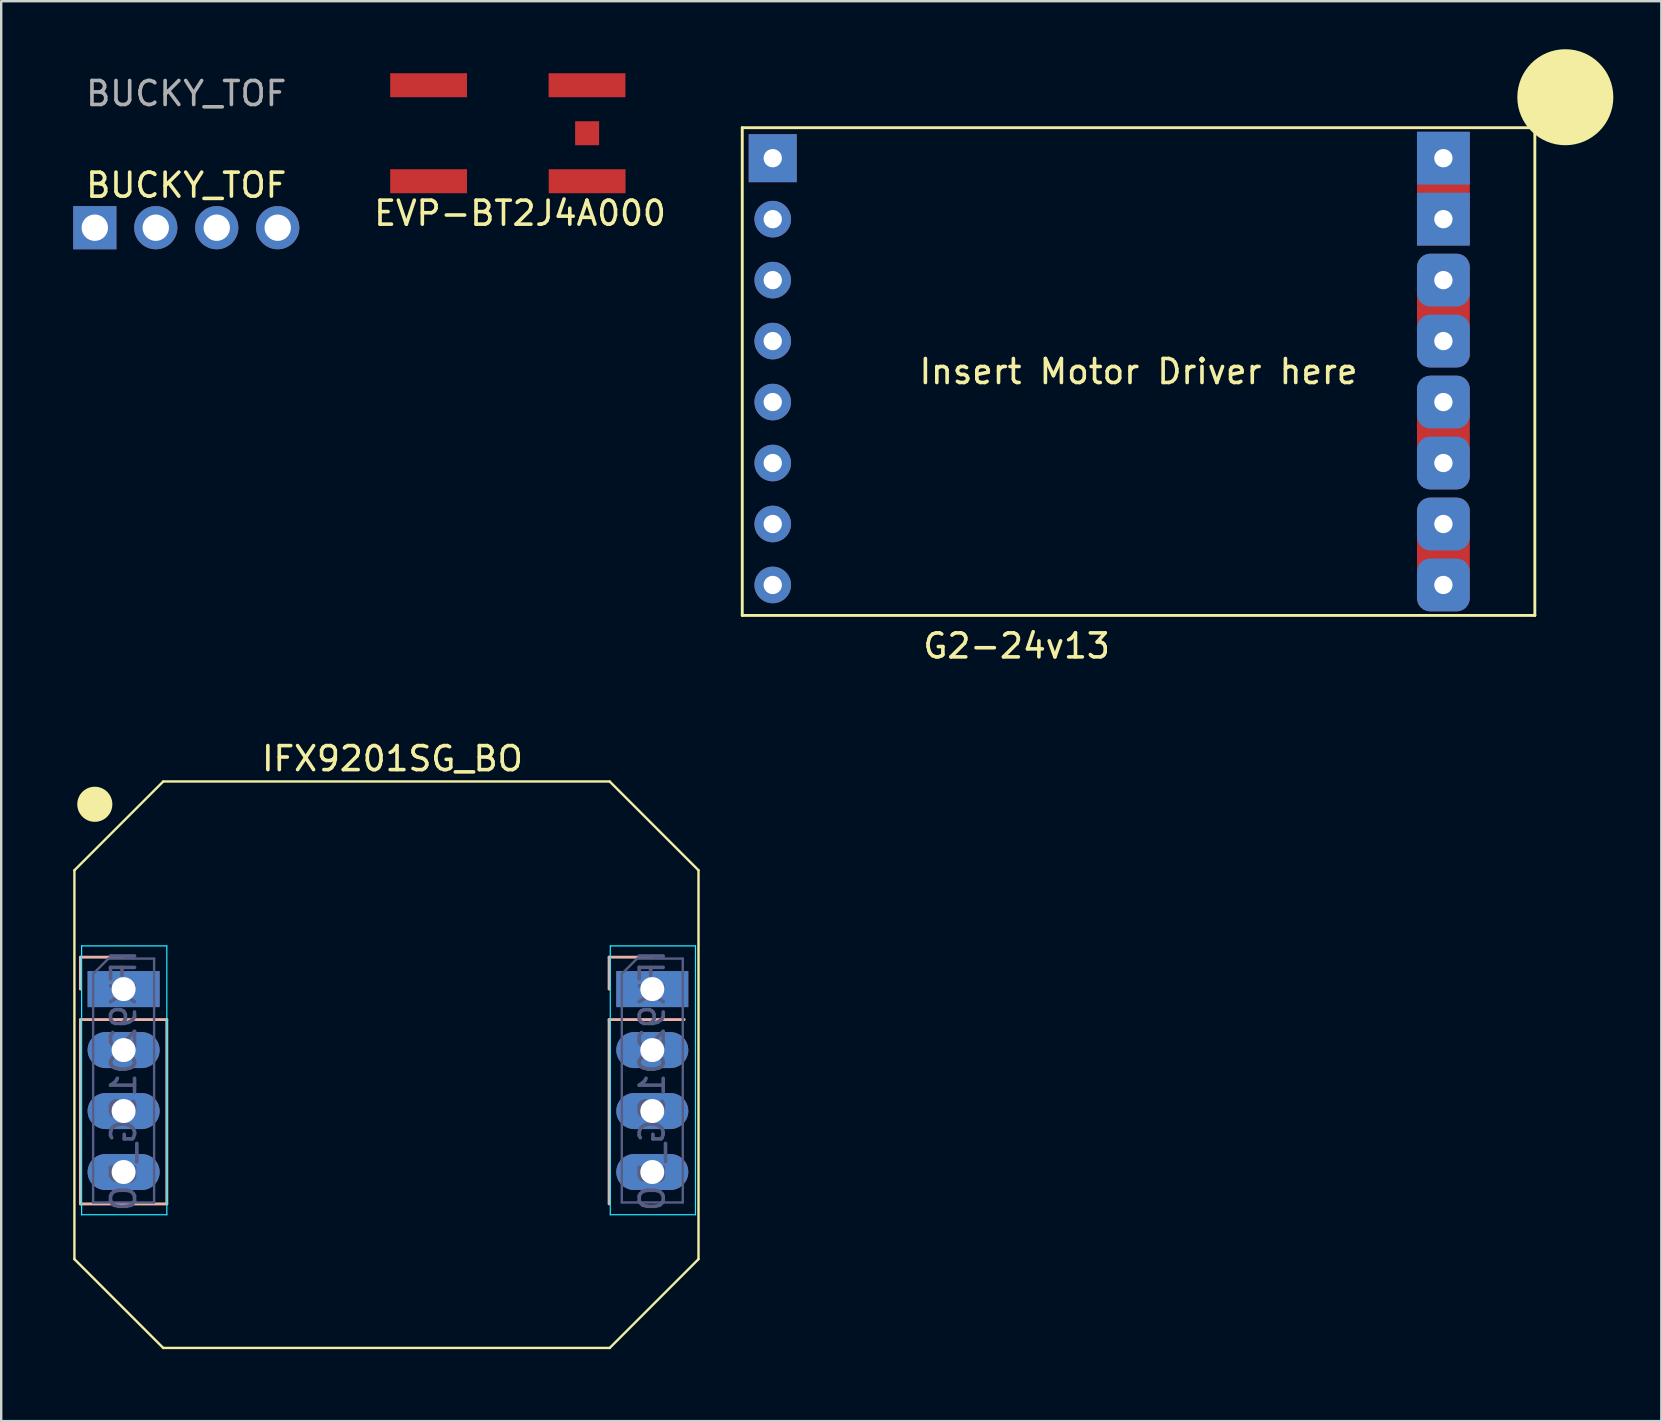
<source format=kicad_pcb>
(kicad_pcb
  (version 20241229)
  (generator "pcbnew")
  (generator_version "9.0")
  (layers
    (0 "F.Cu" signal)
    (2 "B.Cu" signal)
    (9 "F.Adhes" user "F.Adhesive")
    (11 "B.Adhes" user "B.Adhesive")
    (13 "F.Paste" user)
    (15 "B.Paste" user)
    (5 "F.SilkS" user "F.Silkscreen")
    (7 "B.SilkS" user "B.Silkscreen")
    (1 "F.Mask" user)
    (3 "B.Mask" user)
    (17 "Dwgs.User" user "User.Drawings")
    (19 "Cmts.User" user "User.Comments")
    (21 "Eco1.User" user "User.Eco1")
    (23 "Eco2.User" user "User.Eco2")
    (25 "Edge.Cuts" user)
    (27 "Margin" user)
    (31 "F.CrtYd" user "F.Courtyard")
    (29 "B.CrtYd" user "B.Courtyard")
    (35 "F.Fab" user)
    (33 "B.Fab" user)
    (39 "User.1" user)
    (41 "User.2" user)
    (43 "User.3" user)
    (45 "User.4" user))
  (footprint "EVP-BT2J4A000"
    (layer "F.Cu")
    (at 18.616 0.5)
    (property "Reference" "EVP-BT2J4A000" (at 0 5.334 0) (layer "F.SilkS") (effects (font (size 1 1) (thickness 0.15))))
    (attr through_hole)
    (pad "1" smd rect (at -3.81 0) (size 3.2 1) (layers "F.Cu" "F.Mask" "F.Paste"))
    (pad "1" smd rect (at 2.79 0) (size 3.2 1) (layers "F.Cu" "F.Mask" "F.Paste"))
    (pad "2" smd rect (at -3.81 4) (size 3.2 1) (layers "F.Cu" "F.Mask" "F.Paste"))
    (pad "2" smd rect (at 2.794 4) (size 3.2 1) (layers "F.Cu" "F.Mask" "F.Paste"))
    (pad "3" smd rect (at 2.794 2) (size 1 1) (layers "F.Cu" "F.Mask" "F.Paste")))
  (footprint "IFX9201SG_BO"
    (layer "F.Cu")
    (at 13.3 42.057)
    (property "Reference" "IFX9201SG_BO" (at 0 -13.5 0) (unlocked yes) (layer "F.SilkS") (effects (font (size 1 1) (thickness 0.15))))
    (attr smd)
    (fp_line (start -13.25 -8.85) (end -13.25 7.35) (stroke (width 0.1) (type solid)) (layer "F.SilkS"))
    (fp_line (start -13.25 -8.85) (end -9.55 -12.55) (stroke (width 0.1) (type solid)) (layer "F.SilkS"))
    (fp_line (start -13.25 7.35) (end -9.55 11.05) (stroke (width 0.1) (type solid)) (layer "F.SilkS"))
    (fp_line (start 9.05 -12.55) (end -9.55 -12.55) (stroke (width 0.1) (type solid)) (layer "F.SilkS"))
    (fp_line (start 9.05 11.05) (end -9.55 11.05) (stroke (width 0.1) (type solid)) (layer "F.SilkS"))
    (fp_line (start 9.05 11.05) (end 12.75 7.35) (stroke (width 0.1) (type solid)) (layer "F.SilkS"))
    (fp_line (start 12.75 -8.85) (end 9.05 -12.55) (stroke (width 0.1) (type solid)) (layer "F.SilkS"))
    (fp_line (start 12.75 -8.85) (end 12.75 7.35) (stroke (width 0.1) (type solid)) (layer "F.SilkS"))
    (fp_circle (center -12.4 -11.6) (end -11.729 -11.6) (stroke (width 0.12) (type solid)) (fill yes) (layer "F.SilkS"))
    (fp_line (start -13 -5.23) (end -13 -3.9) (stroke (width 0.12) (type solid)) (layer "B.SilkS"))
    (fp_line (start -13 -2.63) (end -13 5.05) (stroke (width 0.12) (type solid)) (layer "B.SilkS"))
    (fp_line (start -11.2 -5.23) (end -13 -5.23) (stroke (width 0.12) (type solid)) (layer "B.SilkS"))
    (fp_line (start -9.4 -2.63) (end -13 -2.63) (stroke (width 0.12) (type solid)) (layer "B.SilkS"))
    (fp_line (start -9.4 -2.63) (end -9.4 5.05) (stroke (width 0.12) (type solid)) (layer "B.SilkS"))
    (fp_line (start -9.4 5.05) (end -13 5.05) (stroke (width 0.12) (type solid)) (layer "B.SilkS"))
    (fp_line (start 9.025 -5.23) (end 9.025 -3.9) (stroke (width 0.12) (type solid)) (layer "B.SilkS"))
    (fp_line (start 9.025 -2.63) (end 9.025 5.05) (stroke (width 0.12) (type solid)) (layer "B.SilkS"))
    (fp_line (start 10.825 -5.23) (end 9.025 -5.23) (stroke (width 0.12) (type solid)) (layer "B.SilkS"))
    (fp_line (start 12.155 -2.63) (end 9.025 -2.63) (stroke (width 0.12) (type solid)) (layer "B.SilkS"))
    (fp_line (start -12.95 -5.7) (end -12.95 5.5) (stroke (width 0.05) (type solid)) (layer "B.CrtYd"))
    (fp_line (start -12.95 5.5) (end -9.4 5.5) (stroke (width 0.05) (type solid)) (layer "B.CrtYd"))
    (fp_line (start -9.4 -5.7) (end -12.95 -5.7) (stroke (width 0.05) (type solid)) (layer "B.CrtYd"))
    (fp_line (start -9.4 5.5) (end -9.4 -5.7) (stroke (width 0.05) (type solid)) (layer "B.CrtYd"))
    (fp_line (start 9.075 -5.7) (end 9.075 5.5) (stroke (width 0.05) (type solid)) (layer "B.CrtYd"))
    (fp_line (start 9.075 5.5) (end 12.625 5.5) (stroke (width 0.05) (type solid)) (layer "B.CrtYd"))
    (fp_line (start 12.625 -5.7) (end 9.075 -5.7) (stroke (width 0.05) (type solid)) (layer "B.CrtYd"))
    (fp_line (start 12.625 5.5) (end 12.625 -5.7) (stroke (width 0.05) (type solid)) (layer "B.CrtYd"))
    (fp_line (start -12.47 -4.535) (end -12.47 4.99) (stroke (width 0.1) (type solid)) (layer "B.Fab"))
    (fp_line (start -12.47 4.99) (end -9.93 4.99) (stroke (width 0.1) (type solid)) (layer "B.Fab"))
    (fp_line (start -11.835 -5.17) (end -12.47 -4.535) (stroke (width 0.1) (type solid)) (layer "B.Fab"))
    (fp_line (start -9.93 -5.17) (end -11.835 -5.17) (stroke (width 0.1) (type solid)) (layer "B.Fab"))
    (fp_line (start -9.93 4.99) (end -9.93 -5.17) (stroke (width 0.1) (type solid)) (layer "B.Fab"))
    (fp_line (start 9.555 -4.535) (end 9.555 4.99) (stroke (width 0.1) (type solid)) (layer "B.Fab"))
    (fp_line (start 9.555 4.99) (end 12.095 4.99) (stroke (width 0.1) (type solid)) (layer "B.Fab"))
    (fp_line (start 10.19 -5.17) (end 9.555 -4.535) (stroke (width 0.1) (type solid)) (layer "B.Fab"))
    (fp_line (start 12.095 -5.17) (end 10.19 -5.17) (stroke (width 0.1) (type solid)) (layer "B.Fab"))
    (fp_line (start 12.095 4.99) (end 12.095 -5.17) (stroke (width 0.1) (type solid)) (layer "B.Fab"))
    (fp_text user "${REFERENCE}" (at 10.825 -0.09 90) (layer "B.Fab") (effects (font (size 1 1) (thickness 0.15)) (justify mirror)))
    (fp_text user "${REFERENCE}" (at -11.2 -0.09 90) (layer "B.Fab") (effects (font (size 1 1) (thickness 0.15)) (justify mirror)))
    (pad "1" thru_hole rect (at -11.2 -3.9 180) (size 3 1.5) (drill 1) (layers "*.Cu" "*.Mask"))
    (pad "2" thru_hole oval (at -11.2 -1.36 180) (size 3 1.5) (drill 1) (layers "*.Cu" "*.Mask"))
    (pad "3" thru_hole oval (at -11.2 1.18 180) (size 3 1.5) (drill 1) (layers "*.Cu" "*.Mask"))
    (pad "4" thru_hole oval (at -11.2 3.72 180) (size 3 1.5) (drill 1) (layers "*.Cu" "*.Mask"))
    (pad "5" thru_hole rect (at 10.825 -3.9 180) (size 3 1.5) (drill 1) (layers "*.Cu" "*.Mask"))
    (pad "6" thru_hole oval (at 10.825 -1.36 180) (size 3 1.5) (drill 1) (layers "*.Cu" "*.Mask"))
    (pad "7" thru_hole oval (at 10.825 1.18 180) (size 3 1.5) (drill 1) (layers "*.Cu" "*.Mask"))
    (pad "8" thru_hole oval (at 10.825 3.72 180) (size 3 1.5) (drill 1) (layers "*.Cu" "*.Mask")))
  (footprint "G2-24v13"
    (layer "F.Cu")
    (at 44.383 12.43)
    (property "Reference" "G2-24v13" (at -5.08 11.43 0) (layer "F.SilkS") (effects (font (size 1 1) (thickness 0.15))))
    (attr through_hole)
    (fp_line (start -16.51 -10.16) (end 16.51 -10.16) (stroke (width 0.12) (type solid)) (layer "F.SilkS"))
    (fp_line (start -16.51 10.16) (end -16.51 -10.16) (stroke (width 0.12) (type solid)) (layer "F.SilkS"))
    (fp_line (start -16.51 10.16) (end 16.51 10.16) (stroke (width 0.12) (type solid)) (layer "F.SilkS"))
    (fp_line (start 16.51 10.16) (end 16.51 -10.16) (stroke (width 0.12) (type solid)) (layer "F.SilkS"))
    (fp_circle (center 17.78 -11.43) (end 17.78 -11.43) (stroke (width 2) (type solid)) (fill no) (layer "F.SilkS"))
    (fp_text user "Insert Motor Driver here" (at 0 0 0) (layer "F.SilkS") (effects (font (size 1 1) (thickness 0.15))))
    (pad "1" thru_hole rect (at 12.7 -8.89 180) (size 2.2 2.2) (drill 0.762) (layers "*.Cu" "*.Mask"))
    (pad "1" smd rect (at 12.7 -7.62 180) (size 2.2 1.5) (layers "F.Cu" "F.Mask" "F.Paste"))
    (pad "1" thru_hole rect (at 12.7 -6.35 180) (size 2.2 2.2) (drill 0.762) (layers "*.Cu" "*.Mask"))
    (pad "2" thru_hole roundrect (at 12.7 -3.81 180) (size 2.2 2.2) (drill 0.762) (layers "*.Cu" "*.Mask") (roundrect_rratio 0.25))
    (pad "2" smd rect (at 12.7 -2.54 180) (size 2.2 1.5) (layers "F.Cu" "F.Mask" "F.Paste"))
    (pad "2" thru_hole roundrect (at 12.7 -1.27 180) (size 2.2 2.2) (drill 0.762) (layers "*.Cu" "*.Mask") (roundrect_rratio 0.25))
    (pad "3" thru_hole roundrect (at 12.7 1.27 180) (size 2.2 2.2) (drill 0.762) (layers "*.Cu" "*.Mask") (roundrect_rratio 0.25))
    (pad "3" smd rect (at 12.7 2.54 180) (size 2.2 1.5) (layers "F.Cu" "F.Mask" "F.Paste"))
    (pad "3" thru_hole roundrect (at 12.7 3.81 180) (size 2.2 2.2) (drill 0.762) (layers "*.Cu" "*.Mask") (roundrect_rratio 0.25))
    (pad "4" thru_hole roundrect (at 12.7 6.35 180) (size 2.2 2.2) (drill 0.762) (layers "*.Cu" "*.Mask") (roundrect_rratio 0.25))
    (pad "4" smd rect (at 12.7 7.62 180) (size 2.2 1.5) (layers "F.Cu" "F.Mask" "F.Paste"))
    (pad "4" thru_hole roundrect (at 12.7 8.89 180) (size 2.2 2.2) (drill 0.762) (layers "*.Cu" "*.Mask") (roundrect_rratio 0.25))
    (pad "5" thru_hole rect (at -15.24 -8.89) (size 2 2) (drill 0.762) (layers "*.Cu" "*.Mask"))
    (pad "6" thru_hole circle (at -15.24 -6.35) (size 1.524 1.524) (drill 0.762) (layers "*.Cu" "*.Mask"))
    (pad "7" thru_hole circle (at -15.24 -3.81) (size 1.524 1.524) (drill 0.762) (layers "*.Cu" "*.Mask"))
    (pad "8" thru_hole circle (at -15.24 -1.27) (size 1.524 1.524) (drill 0.762) (layers "*.Cu" "*.Mask"))
    (pad "9" thru_hole circle (at -15.24 1.27) (size 1.524 1.524) (drill 0.762) (layers "*.Cu" "*.Mask"))
    (pad "10" thru_hole circle (at -15.24 3.81) (size 1.524 1.524) (drill 0.762) (layers "*.Cu" "*.Mask"))
    (pad "11" thru_hole circle (at -15.24 6.35) (size 1.524 1.524) (drill 0.762) (layers "*.Cu" "*.Mask"))
    (pad "12" thru_hole circle (at -15.24 8.89) (size 1.524 1.524) (drill 0.762) (layers "*.Cu" "*.Mask")))
  (footprint "BUCKY_TOF"
    (layer "F.Cu")
    (at 4.71 5.166)
    (property "Reference" "BUCKY_TOF" (at 0 -0.5 0) (unlocked yes) (layer "F.SilkS") (effects (font (size 1 1) (thickness 0.15))))
    (attr smd)
    (fp_text user "${REFERENCE}" (at 0 -4.318 0) (unlocked yes) (layer "F.Fab") (effects (font (size 1 1) (thickness 0.15))))
    (pad "1" thru_hole rect (at -3.81 1.27) (size 1.8 1.8) (drill 1.1) (layers "*.Cu" "*.Mask"))
    (pad "2" thru_hole oval (at -1.27 1.27) (size 1.8 1.8) (drill 1.1) (layers "*.Cu" "*.Mask"))
    (pad "3" thru_hole oval (at 1.27 1.27) (size 1.8 1.8) (drill 1.1) (layers "*.Cu" "*.Mask"))
    (pad "4" thru_hole oval (at 3.81 1.27) (size 1.8 1.8) (drill 1.1) (layers "*.Cu" "*.Mask")))
  (gr_rect
    (start -3 -3)
    (end 66.163 56.157)
    (stroke (width 0.1) (type default))
    (fill no)
    (layer "Edge.Cuts")))
</source>
